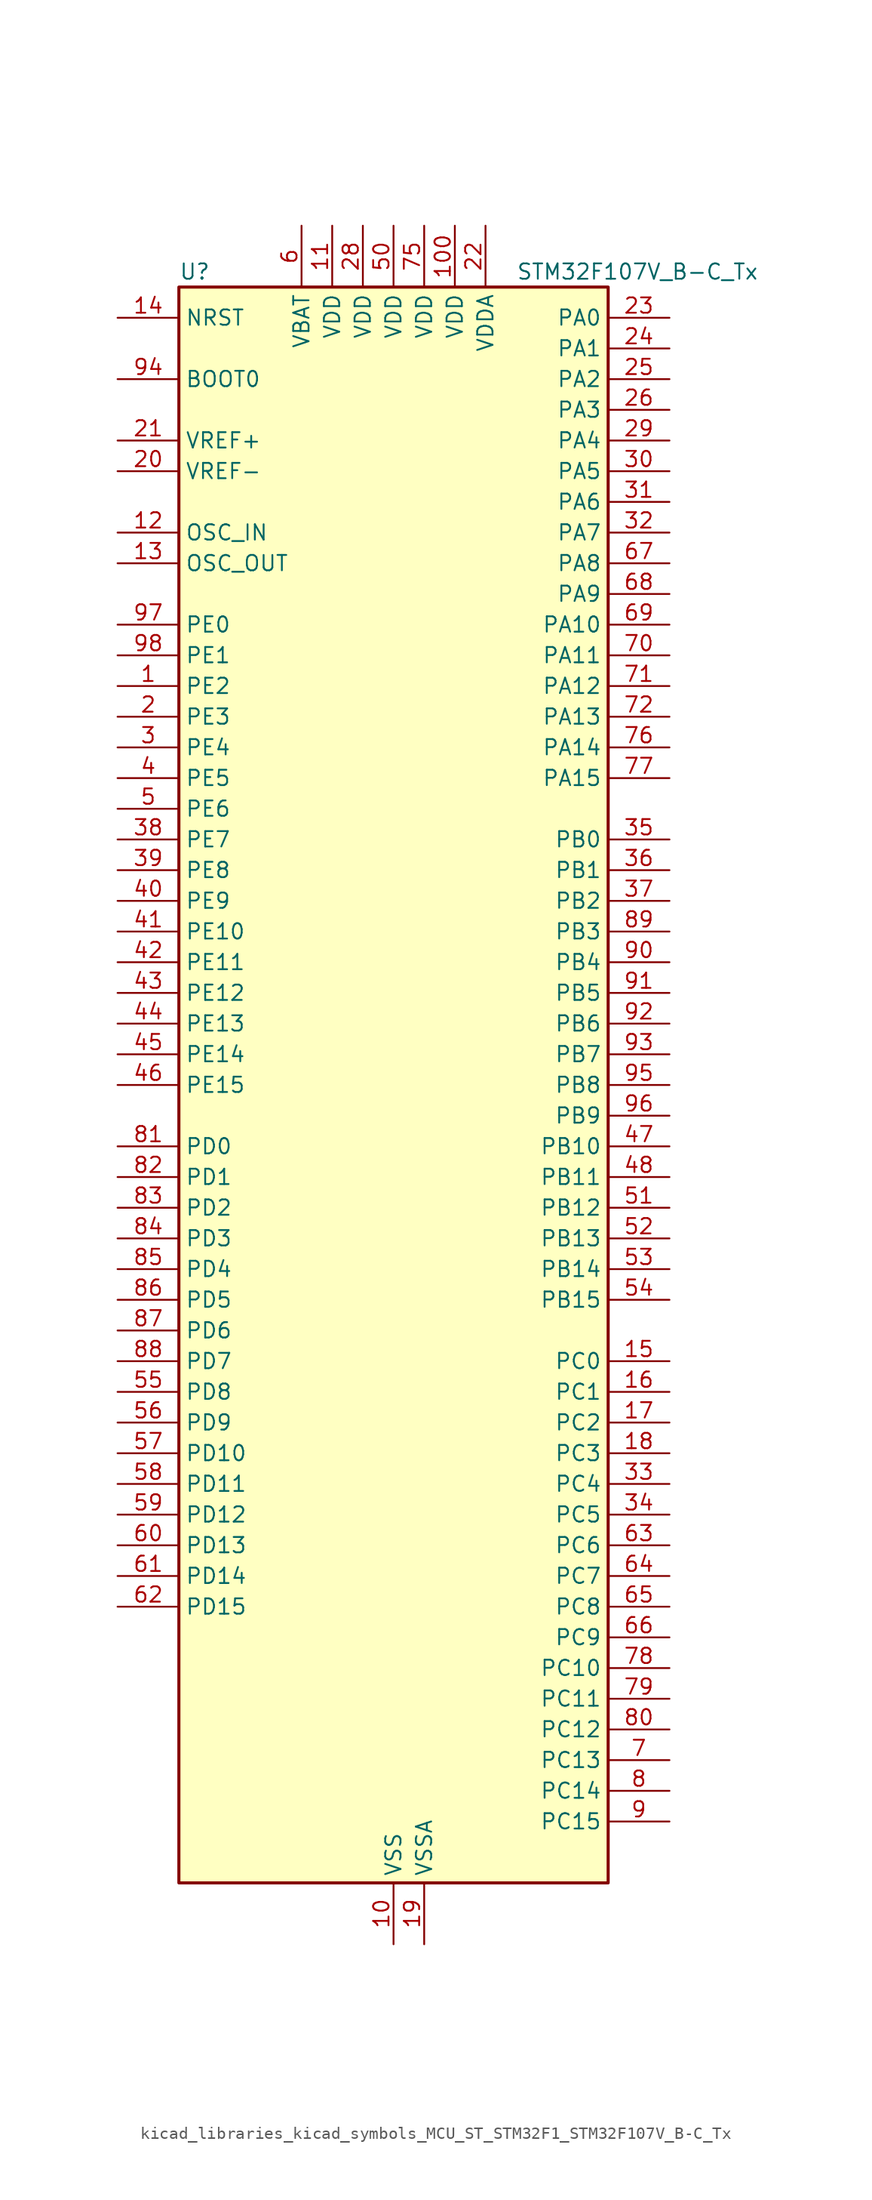
<source format=kicad_sym>
(kicad_symbol_lib
  (version 20220914)
  (generator kicad_symbol_editor)
  (symbol "kicad_libraries_kicad_symbols_MCU_ST_STM32F1_STM32F107V_B-C_Tx"
    (property "Reference" "U"
      (at -17.78 67.31 0)
      (effects (font (size 1.27 1.27)) (justify left)))
    (property "Value" "STM32F107V_B-C_Tx"
      (at 10.16 67.31 0)
      (effects (font (size 1.27 1.27)) (justify left)))
    (property "ki_locked" ""
      (at 0 0 0)
      (effects (font (size 1.27 1.27))))
    (symbol "kicad_libraries_kicad_symbols_MCU_ST_STM32F1_STM32F107V_B-C_Tx_0_1"
      (rectangle (start -17.78 -66.04) (end 17.78 66.04) (stroke (width 0.254) (type default)) (fill (type background))))
    (symbol "kicad_libraries_kicad_symbols_MCU_ST_STM32F1_STM32F107V_B-C_Tx_1_1"
      (pin bidirectional line (at -22.86 33.02 0) (length 5.08) (name "PE2" (effects (font (size 1.27 1.27)))) (number "1" (effects (font (size 1.27 1.27)))) (alternate "SYS_TRACECLK" bidirectional line))
      (pin power_in line (at 0 -71.12 90) (length 5.08) (name "VSS" (effects (font (size 1.27 1.27)))) (number "10" (effects (font (size 1.27 1.27)))))
      (pin power_in line (at 5.08 71.12 270) (length 5.08) (name "VDD" (effects (font (size 1.27 1.27)))) (number "100" (effects (font (size 1.27 1.27)))))
      (pin power_in line (at -5.08 71.12 270) (length 5.08) (name "VDD" (effects (font (size 1.27 1.27)))) (number "11" (effects (font (size 1.27 1.27)))))
      (pin input line (at -22.86 45.72 0) (length 5.08) (name "OSC_IN" (effects (font (size 1.27 1.27)))) (number "12" (effects (font (size 1.27 1.27)))) (alternate "RCC_OSC_IN" bidirectional line))
      (pin input line (at -22.86 43.18 0) (length 5.08) (name "OSC_OUT" (effects (font (size 1.27 1.27)))) (number "13" (effects (font (size 1.27 1.27)))) (alternate "RCC_OSC_OUT" bidirectional line))
      (pin input line (at -22.86 63.5 0) (length 5.08) (name "NRST" (effects (font (size 1.27 1.27)))) (number "14" (effects (font (size 1.27 1.27)))))
      (pin bidirectional line (at 22.86 -22.86 180) (length 5.08) (name "PC0" (effects (font (size 1.27 1.27)))) (number "15" (effects (font (size 1.27 1.27)))) (alternate "ADC1_IN10" bidirectional line) (alternate "ADC2_IN10" bidirectional line))
      (pin bidirectional line (at 22.86 -25.4 180) (length 5.08) (name "PC1" (effects (font (size 1.27 1.27)))) (number "16" (effects (font (size 1.27 1.27)))) (alternate "ADC1_IN11" bidirectional line) (alternate "ADC2_IN11" bidirectional line) (alternate "ETH_MDC" bidirectional line))
      (pin bidirectional line (at 22.86 -27.94 180) (length 5.08) (name "PC2" (effects (font (size 1.27 1.27)))) (number "17" (effects (font (size 1.27 1.27)))) (alternate "ADC1_IN12" bidirectional line) (alternate "ADC2_IN12" bidirectional line) (alternate "ETH_TXD2" bidirectional line))
      (pin bidirectional line (at 22.86 -30.48 180) (length 5.08) (name "PC3" (effects (font (size 1.27 1.27)))) (number "18" (effects (font (size 1.27 1.27)))) (alternate "ADC1_IN13" bidirectional line) (alternate "ADC2_IN13" bidirectional line) (alternate "ETH_TX_CLK" bidirectional line))
      (pin power_in line (at 2.54 -71.12 90) (length 5.08) (name "VSSA" (effects (font (size 1.27 1.27)))) (number "19" (effects (font (size 1.27 1.27)))))
      (pin bidirectional line (at -22.86 30.48 0) (length 5.08) (name "PE3" (effects (font (size 1.27 1.27)))) (number "2" (effects (font (size 1.27 1.27)))) (alternate "SYS_TRACED0" bidirectional line))
      (pin input line (at -22.86 50.8 0) (length 5.08) (name "VREF-" (effects (font (size 1.27 1.27)))) (number "20" (effects (font (size 1.27 1.27)))))
      (pin input line (at -22.86 53.34 0) (length 5.08) (name "VREF+" (effects (font (size 1.27 1.27)))) (number "21" (effects (font (size 1.27 1.27)))))
      (pin power_in line (at 7.62 71.12 270) (length 5.08) (name "VDDA" (effects (font (size 1.27 1.27)))) (number "22" (effects (font (size 1.27 1.27)))))
      (pin bidirectional line (at 22.86 63.5 180) (length 5.08) (name "PA0" (effects (font (size 1.27 1.27)))) (number "23" (effects (font (size 1.27 1.27)))) (alternate "ADC1_IN0" bidirectional line) (alternate "ADC2_IN0" bidirectional line) (alternate "ETH_CRS" bidirectional line) (alternate "SYS_WKUP" bidirectional line) (alternate "TIM2_CH1" bidirectional line) (alternate "TIM2_ETR" bidirectional line) (alternate "TIM5_CH1" bidirectional line) (alternate "USART2_CTS" bidirectional line))
      (pin bidirectional line (at 22.86 60.96 180) (length 5.08) (name "PA1" (effects (font (size 1.27 1.27)))) (number "24" (effects (font (size 1.27 1.27)))) (alternate "ADC1_IN1" bidirectional line) (alternate "ADC2_IN1" bidirectional line) (alternate "ETH_REF_CLK" bidirectional line) (alternate "ETH_RX_CLK" bidirectional line) (alternate "TIM2_CH2" bidirectional line) (alternate "TIM5_CH2" bidirectional line) (alternate "USART2_RTS" bidirectional line))
      (pin bidirectional line (at 22.86 58.42 180) (length 5.08) (name "PA2" (effects (font (size 1.27 1.27)))) (number "25" (effects (font (size 1.27 1.27)))) (alternate "ADC1_IN2" bidirectional line) (alternate "ADC2_IN2" bidirectional line) (alternate "ETH_MDIO" bidirectional line) (alternate "TIM2_CH3" bidirectional line) (alternate "TIM5_CH3" bidirectional line) (alternate "USART2_TX" bidirectional line))
      (pin bidirectional line (at 22.86 55.88 180) (length 5.08) (name "PA3" (effects (font (size 1.27 1.27)))) (number "26" (effects (font (size 1.27 1.27)))) (alternate "ADC1_IN3" bidirectional line) (alternate "ADC2_IN3" bidirectional line) (alternate "ETH_COL" bidirectional line) (alternate "TIM2_CH4" bidirectional line) (alternate "TIM5_CH4" bidirectional line) (alternate "USART2_RX" bidirectional line))
      (pin passive line (at 0 -71.12 90) (length 5.08) hide (name "VSS" (effects (font (size 1.27 1.27)))) (number "27" (effects (font (size 1.27 1.27)))))
      (pin power_in line (at -2.54 71.12 270) (length 5.08) (name "VDD" (effects (font (size 1.27 1.27)))) (number "28" (effects (font (size 1.27 1.27)))))
      (pin bidirectional line (at 22.86 53.34 180) (length 5.08) (name "PA4" (effects (font (size 1.27 1.27)))) (number "29" (effects (font (size 1.27 1.27)))) (alternate "ADC1_IN4" bidirectional line) (alternate "ADC2_IN4" bidirectional line) (alternate "DAC_OUT1" bidirectional line) (alternate "I2S3_WS" bidirectional line) (alternate "SPI1_NSS" bidirectional line) (alternate "SPI3_NSS" bidirectional line) (alternate "USART2_CK" bidirectional line))
      (pin bidirectional line (at -22.86 27.94 0) (length 5.08) (name "PE4" (effects (font (size 1.27 1.27)))) (number "3" (effects (font (size 1.27 1.27)))) (alternate "SYS_TRACED1" bidirectional line))
      (pin bidirectional line (at 22.86 50.8 180) (length 5.08) (name "PA5" (effects (font (size 1.27 1.27)))) (number "30" (effects (font (size 1.27 1.27)))) (alternate "ADC1_IN5" bidirectional line) (alternate "ADC2_IN5" bidirectional line) (alternate "DAC_OUT2" bidirectional line) (alternate "SPI1_SCK" bidirectional line))
      (pin bidirectional line (at 22.86 48.26 180) (length 5.08) (name "PA6" (effects (font (size 1.27 1.27)))) (number "31" (effects (font (size 1.27 1.27)))) (alternate "ADC1_IN6" bidirectional line) (alternate "ADC2_IN6" bidirectional line) (alternate "SPI1_MISO" bidirectional line) (alternate "TIM1_BKIN" bidirectional line) (alternate "TIM3_CH1" bidirectional line))
      (pin bidirectional line (at 22.86 45.72 180) (length 5.08) (name "PA7" (effects (font (size 1.27 1.27)))) (number "32" (effects (font (size 1.27 1.27)))) (alternate "ADC1_IN7" bidirectional line) (alternate "ADC2_IN7" bidirectional line) (alternate "ETH_CRS_DV" bidirectional line) (alternate "ETH_RX_DV" bidirectional line) (alternate "SPI1_MOSI" bidirectional line) (alternate "TIM1_CH1N" bidirectional line) (alternate "TIM3_CH2" bidirectional line))
      (pin bidirectional line (at 22.86 -33.02 180) (length 5.08) (name "PC4" (effects (font (size 1.27 1.27)))) (number "33" (effects (font (size 1.27 1.27)))) (alternate "ADC1_IN14" bidirectional line) (alternate "ADC2_IN14" bidirectional line) (alternate "ETH_RXD0" bidirectional line))
      (pin bidirectional line (at 22.86 -35.56 180) (length 5.08) (name "PC5" (effects (font (size 1.27 1.27)))) (number "34" (effects (font (size 1.27 1.27)))) (alternate "ADC1_IN15" bidirectional line) (alternate "ADC2_IN15" bidirectional line) (alternate "ETH_RXD1" bidirectional line))
      (pin bidirectional line (at 22.86 20.32 180) (length 5.08) (name "PB0" (effects (font (size 1.27 1.27)))) (number "35" (effects (font (size 1.27 1.27)))) (alternate "ADC1_IN8" bidirectional line) (alternate "ADC2_IN8" bidirectional line) (alternate "ETH_RXD2" bidirectional line) (alternate "TIM1_CH2N" bidirectional line) (alternate "TIM3_CH3" bidirectional line))
      (pin bidirectional line (at 22.86 17.78 180) (length 5.08) (name "PB1" (effects (font (size 1.27 1.27)))) (number "36" (effects (font (size 1.27 1.27)))) (alternate "ADC1_IN9" bidirectional line) (alternate "ADC2_IN9" bidirectional line) (alternate "ETH_RXD3" bidirectional line) (alternate "TIM1_CH3N" bidirectional line) (alternate "TIM3_CH4" bidirectional line))
      (pin bidirectional line (at 22.86 15.24 180) (length 5.08) (name "PB2" (effects (font (size 1.27 1.27)))) (number "37" (effects (font (size 1.27 1.27)))))
      (pin bidirectional line (at -22.86 20.32 0) (length 5.08) (name "PE7" (effects (font (size 1.27 1.27)))) (number "38" (effects (font (size 1.27 1.27)))) (alternate "TIM1_ETR" bidirectional line))
      (pin bidirectional line (at -22.86 17.78 0) (length 5.08) (name "PE8" (effects (font (size 1.27 1.27)))) (number "39" (effects (font (size 1.27 1.27)))) (alternate "TIM1_CH1N" bidirectional line))
      (pin bidirectional line (at -22.86 25.4 0) (length 5.08) (name "PE5" (effects (font (size 1.27 1.27)))) (number "4" (effects (font (size 1.27 1.27)))) (alternate "SYS_TRACED2" bidirectional line))
      (pin bidirectional line (at -22.86 15.24 0) (length 5.08) (name "PE9" (effects (font (size 1.27 1.27)))) (number "40" (effects (font (size 1.27 1.27)))) (alternate "DAC_EXTI9" bidirectional line) (alternate "TIM1_CH1" bidirectional line))
      (pin bidirectional line (at -22.86 12.7 0) (length 5.08) (name "PE10" (effects (font (size 1.27 1.27)))) (number "41" (effects (font (size 1.27 1.27)))) (alternate "TIM1_CH2N" bidirectional line))
      (pin bidirectional line (at -22.86 10.16 0) (length 5.08) (name "PE11" (effects (font (size 1.27 1.27)))) (number "42" (effects (font (size 1.27 1.27)))) (alternate "ADC1_EXTI11" bidirectional line) (alternate "ADC2_EXTI11" bidirectional line) (alternate "TIM1_CH2" bidirectional line))
      (pin bidirectional line (at -22.86 7.62 0) (length 5.08) (name "PE12" (effects (font (size 1.27 1.27)))) (number "43" (effects (font (size 1.27 1.27)))) (alternate "TIM1_CH3N" bidirectional line))
      (pin bidirectional line (at -22.86 5.08 0) (length 5.08) (name "PE13" (effects (font (size 1.27 1.27)))) (number "44" (effects (font (size 1.27 1.27)))) (alternate "TIM1_CH3" bidirectional line))
      (pin bidirectional line (at -22.86 2.54 0) (length 5.08) (name "PE14" (effects (font (size 1.27 1.27)))) (number "45" (effects (font (size 1.27 1.27)))) (alternate "TIM1_CH4" bidirectional line))
      (pin bidirectional line (at -22.86 0 0) (length 5.08) (name "PE15" (effects (font (size 1.27 1.27)))) (number "46" (effects (font (size 1.27 1.27)))) (alternate "ADC1_EXTI15" bidirectional line) (alternate "ADC2_EXTI15" bidirectional line) (alternate "TIM1_BKIN" bidirectional line))
      (pin bidirectional line (at 22.86 -5.08 180) (length 5.08) (name "PB10" (effects (font (size 1.27 1.27)))) (number "47" (effects (font (size 1.27 1.27)))) (alternate "ETH_RX_ER" bidirectional line) (alternate "TIM2_CH3" bidirectional line) (alternate "USART3_TX" bidirectional line))
      (pin bidirectional line (at 22.86 -7.62 180) (length 5.08) (name "PB11" (effects (font (size 1.27 1.27)))) (number "48" (effects (font (size 1.27 1.27)))) (alternate "ADC1_EXTI11" bidirectional line) (alternate "ADC2_EXTI11" bidirectional line) (alternate "ETH_TX_EN" bidirectional line) (alternate "TIM2_CH4" bidirectional line) (alternate "USART3_RX" bidirectional line))
      (pin passive line (at 0 -71.12 90) (length 5.08) hide (name "VSS" (effects (font (size 1.27 1.27)))) (number "49" (effects (font (size 1.27 1.27)))))
      (pin bidirectional line (at -22.86 22.86 0) (length 5.08) (name "PE6" (effects (font (size 1.27 1.27)))) (number "5" (effects (font (size 1.27 1.27)))) (alternate "SYS_TRACED3" bidirectional line))
      (pin power_in line (at 0 71.12 270) (length 5.08) (name "VDD" (effects (font (size 1.27 1.27)))) (number "50" (effects (font (size 1.27 1.27)))))
      (pin bidirectional line (at 22.86 -10.16 180) (length 5.08) (name "PB12" (effects (font (size 1.27 1.27)))) (number "51" (effects (font (size 1.27 1.27)))) (alternate "CAN2_RX" bidirectional line) (alternate "ETH_TXD0" bidirectional line) (alternate "I2S2_WS" bidirectional line) (alternate "SPI2_NSS" bidirectional line) (alternate "TIM1_BKIN" bidirectional line) (alternate "USART3_CK" bidirectional line))
      (pin bidirectional line (at 22.86 -12.7 180) (length 5.08) (name "PB13" (effects (font (size 1.27 1.27)))) (number "52" (effects (font (size 1.27 1.27)))) (alternate "CAN2_TX" bidirectional line) (alternate "ETH_TXD1" bidirectional line) (alternate "I2S2_CK" bidirectional line) (alternate "SPI2_SCK" bidirectional line) (alternate "TIM1_CH1N" bidirectional line) (alternate "USART3_CTS" bidirectional line))
      (pin bidirectional line (at 22.86 -15.24 180) (length 5.08) (name "PB14" (effects (font (size 1.27 1.27)))) (number "53" (effects (font (size 1.27 1.27)))) (alternate "SPI2_MISO" bidirectional line) (alternate "TIM1_CH2N" bidirectional line) (alternate "USART3_RTS" bidirectional line))
      (pin bidirectional line (at 22.86 -17.78 180) (length 5.08) (name "PB15" (effects (font (size 1.27 1.27)))) (number "54" (effects (font (size 1.27 1.27)))) (alternate "ADC1_EXTI15" bidirectional line) (alternate "ADC2_EXTI15" bidirectional line) (alternate "I2S2_SD" bidirectional line) (alternate "SPI2_MOSI" bidirectional line) (alternate "TIM1_CH3N" bidirectional line))
      (pin bidirectional line (at -22.86 -25.4 0) (length 5.08) (name "PD8" (effects (font (size 1.27 1.27)))) (number "55" (effects (font (size 1.27 1.27)))) (alternate "ETH_CRS_DV" bidirectional line) (alternate "ETH_RX_DV" bidirectional line) (alternate "USART3_TX" bidirectional line))
      (pin bidirectional line (at -22.86 -27.94 0) (length 5.08) (name "PD9" (effects (font (size 1.27 1.27)))) (number "56" (effects (font (size 1.27 1.27)))) (alternate "DAC_EXTI9" bidirectional line) (alternate "ETH_RXD0" bidirectional line) (alternate "USART3_RX" bidirectional line))
      (pin bidirectional line (at -22.86 -30.48 0) (length 5.08) (name "PD10" (effects (font (size 1.27 1.27)))) (number "57" (effects (font (size 1.27 1.27)))) (alternate "ETH_RXD1" bidirectional line) (alternate "USART3_CK" bidirectional line))
      (pin bidirectional line (at -22.86 -33.02 0) (length 5.08) (name "PD11" (effects (font (size 1.27 1.27)))) (number "58" (effects (font (size 1.27 1.27)))) (alternate "ADC1_EXTI11" bidirectional line) (alternate "ADC2_EXTI11" bidirectional line) (alternate "ETH_RXD2" bidirectional line) (alternate "USART3_CTS" bidirectional line))
      (pin bidirectional line (at -22.86 -35.56 0) (length 5.08) (name "PD12" (effects (font (size 1.27 1.27)))) (number "59" (effects (font (size 1.27 1.27)))) (alternate "ETH_RXD3" bidirectional line) (alternate "TIM4_CH1" bidirectional line) (alternate "USART3_RTS" bidirectional line))
      (pin power_in line (at -7.62 71.12 270) (length 5.08) (name "VBAT" (effects (font (size 1.27 1.27)))) (number "6" (effects (font (size 1.27 1.27)))))
      (pin bidirectional line (at -22.86 -38.1 0) (length 5.08) (name "PD13" (effects (font (size 1.27 1.27)))) (number "60" (effects (font (size 1.27 1.27)))) (alternate "TIM4_CH2" bidirectional line))
      (pin bidirectional line (at -22.86 -40.64 0) (length 5.08) (name "PD14" (effects (font (size 1.27 1.27)))) (number "61" (effects (font (size 1.27 1.27)))) (alternate "TIM4_CH3" bidirectional line))
      (pin bidirectional line (at -22.86 -43.18 0) (length 5.08) (name "PD15" (effects (font (size 1.27 1.27)))) (number "62" (effects (font (size 1.27 1.27)))) (alternate "ADC1_EXTI15" bidirectional line) (alternate "ADC2_EXTI15" bidirectional line) (alternate "TIM4_CH4" bidirectional line))
      (pin bidirectional line (at 22.86 -38.1 180) (length 5.08) (name "PC6" (effects (font (size 1.27 1.27)))) (number "63" (effects (font (size 1.27 1.27)))) (alternate "I2S2_MCK" bidirectional line) (alternate "TIM3_CH1" bidirectional line))
      (pin bidirectional line (at 22.86 -40.64 180) (length 5.08) (name "PC7" (effects (font (size 1.27 1.27)))) (number "64" (effects (font (size 1.27 1.27)))) (alternate "I2S3_MCK" bidirectional line) (alternate "TIM3_CH2" bidirectional line))
      (pin bidirectional line (at 22.86 -43.18 180) (length 5.08) (name "PC8" (effects (font (size 1.27 1.27)))) (number "65" (effects (font (size 1.27 1.27)))) (alternate "TIM3_CH3" bidirectional line))
      (pin bidirectional line (at 22.86 -45.72 180) (length 5.08) (name "PC9" (effects (font (size 1.27 1.27)))) (number "66" (effects (font (size 1.27 1.27)))) (alternate "DAC_EXTI9" bidirectional line) (alternate "TIM3_CH4" bidirectional line))
      (pin bidirectional line (at 22.86 43.18 180) (length 5.08) (name "PA8" (effects (font (size 1.27 1.27)))) (number "67" (effects (font (size 1.27 1.27)))) (alternate "RCC_MCO" bidirectional line) (alternate "TIM1_CH1" bidirectional line) (alternate "USART1_CK" bidirectional line) (alternate "USB_OTG_FS_SOF" bidirectional line))
      (pin bidirectional line (at 22.86 40.64 180) (length 5.08) (name "PA9" (effects (font (size 1.27 1.27)))) (number "68" (effects (font (size 1.27 1.27)))) (alternate "DAC_EXTI9" bidirectional line) (alternate "TIM1_CH2" bidirectional line) (alternate "USART1_TX" bidirectional line) (alternate "USB_OTG_FS_VBUS" bidirectional line))
      (pin bidirectional line (at 22.86 38.1 180) (length 5.08) (name "PA10" (effects (font (size 1.27 1.27)))) (number "69" (effects (font (size 1.27 1.27)))) (alternate "TIM1_CH3" bidirectional line) (alternate "USART1_RX" bidirectional line) (alternate "USB_OTG_FS_ID" bidirectional line))
      (pin bidirectional line (at 22.86 -55.88 180) (length 5.08) (name "PC13" (effects (font (size 1.27 1.27)))) (number "7" (effects (font (size 1.27 1.27)))) (alternate "RTC_OUT" bidirectional line) (alternate "RTC_TAMPER" bidirectional line))
      (pin bidirectional line (at 22.86 35.56 180) (length 5.08) (name "PA11" (effects (font (size 1.27 1.27)))) (number "70" (effects (font (size 1.27 1.27)))) (alternate "ADC1_EXTI11" bidirectional line) (alternate "ADC2_EXTI11" bidirectional line) (alternate "CAN1_RX" bidirectional line) (alternate "TIM1_CH4" bidirectional line) (alternate "USART1_CTS" bidirectional line) (alternate "USB_OTG_FS_DM" bidirectional line))
      (pin bidirectional line (at 22.86 33.02 180) (length 5.08) (name "PA12" (effects (font (size 1.27 1.27)))) (number "71" (effects (font (size 1.27 1.27)))) (alternate "CAN1_TX" bidirectional line) (alternate "TIM1_ETR" bidirectional line) (alternate "USART1_RTS" bidirectional line) (alternate "USB_OTG_FS_DP" bidirectional line))
      (pin bidirectional line (at 22.86 30.48 180) (length 5.08) (name "PA13" (effects (font (size 1.27 1.27)))) (number "72" (effects (font (size 1.27 1.27)))) (alternate "SYS_JTMS-SWDIO" bidirectional line))
      (pin no_connect line (at -17.78 -66.04 0) (length 5.08) hide (name "NC" (effects (font (size 1.27 1.27)))) (number "73" (effects (font (size 1.27 1.27)))))
      (pin passive line (at 0 -71.12 90) (length 5.08) hide (name "VSS" (effects (font (size 1.27 1.27)))) (number "74" (effects (font (size 1.27 1.27)))))
      (pin power_in line (at 2.54 71.12 270) (length 5.08) (name "VDD" (effects (font (size 1.27 1.27)))) (number "75" (effects (font (size 1.27 1.27)))))
      (pin bidirectional line (at 22.86 27.94 180) (length 5.08) (name "PA14" (effects (font (size 1.27 1.27)))) (number "76" (effects (font (size 1.27 1.27)))) (alternate "SYS_JTCK-SWCLK" bidirectional line))
      (pin bidirectional line (at 22.86 25.4 180) (length 5.08) (name "PA15" (effects (font (size 1.27 1.27)))) (number "77" (effects (font (size 1.27 1.27)))) (alternate "ADC1_EXTI15" bidirectional line) (alternate "ADC2_EXTI15" bidirectional line) (alternate "I2S3_WS" bidirectional line) (alternate "SPI1_NSS" bidirectional line) (alternate "SPI3_NSS" bidirectional line) (alternate "SYS_JTDI" bidirectional line) (alternate "TIM2_CH1" bidirectional line) (alternate "TIM2_ETR" bidirectional line))
      (pin bidirectional line (at 22.86 -48.26 180) (length 5.08) (name "PC10" (effects (font (size 1.27 1.27)))) (number "78" (effects (font (size 1.27 1.27)))) (alternate "I2S3_CK" bidirectional line) (alternate "SPI3_SCK" bidirectional line) (alternate "UART4_TX" bidirectional line) (alternate "USART3_TX" bidirectional line))
      (pin bidirectional line (at 22.86 -50.8 180) (length 5.08) (name "PC11" (effects (font (size 1.27 1.27)))) (number "79" (effects (font (size 1.27 1.27)))) (alternate "ADC1_EXTI11" bidirectional line) (alternate "ADC2_EXTI11" bidirectional line) (alternate "SPI3_MISO" bidirectional line) (alternate "UART4_RX" bidirectional line) (alternate "USART3_RX" bidirectional line))
      (pin bidirectional line (at 22.86 -58.42 180) (length 5.08) (name "PC14" (effects (font (size 1.27 1.27)))) (number "8" (effects (font (size 1.27 1.27)))) (alternate "RCC_OSC32_IN" bidirectional line))
      (pin bidirectional line (at 22.86 -53.34 180) (length 5.08) (name "PC12" (effects (font (size 1.27 1.27)))) (number "80" (effects (font (size 1.27 1.27)))) (alternate "I2S3_SD" bidirectional line) (alternate "SPI3_MOSI" bidirectional line) (alternate "UART5_TX" bidirectional line) (alternate "USART3_CK" bidirectional line))
      (pin bidirectional line (at -22.86 -5.08 0) (length 5.08) (name "PD0" (effects (font (size 1.27 1.27)))) (number "81" (effects (font (size 1.27 1.27)))) (alternate "CAN1_RX" bidirectional line))
      (pin bidirectional line (at -22.86 -7.62 0) (length 5.08) (name "PD1" (effects (font (size 1.27 1.27)))) (number "82" (effects (font (size 1.27 1.27)))) (alternate "CAN1_TX" bidirectional line))
      (pin bidirectional line (at -22.86 -10.16 0) (length 5.08) (name "PD2" (effects (font (size 1.27 1.27)))) (number "83" (effects (font (size 1.27 1.27)))) (alternate "TIM3_ETR" bidirectional line) (alternate "UART5_RX" bidirectional line))
      (pin bidirectional line (at -22.86 -12.7 0) (length 5.08) (name "PD3" (effects (font (size 1.27 1.27)))) (number "84" (effects (font (size 1.27 1.27)))) (alternate "USART2_CTS" bidirectional line))
      (pin bidirectional line (at -22.86 -15.24 0) (length 5.08) (name "PD4" (effects (font (size 1.27 1.27)))) (number "85" (effects (font (size 1.27 1.27)))) (alternate "USART2_RTS" bidirectional line))
      (pin bidirectional line (at -22.86 -17.78 0) (length 5.08) (name "PD5" (effects (font (size 1.27 1.27)))) (number "86" (effects (font (size 1.27 1.27)))) (alternate "USART2_TX" bidirectional line))
      (pin bidirectional line (at -22.86 -20.32 0) (length 5.08) (name "PD6" (effects (font (size 1.27 1.27)))) (number "87" (effects (font (size 1.27 1.27)))) (alternate "USART2_RX" bidirectional line))
      (pin bidirectional line (at -22.86 -22.86 0) (length 5.08) (name "PD7" (effects (font (size 1.27 1.27)))) (number "88" (effects (font (size 1.27 1.27)))) (alternate "USART2_CK" bidirectional line))
      (pin bidirectional line (at 22.86 12.7 180) (length 5.08) (name "PB3" (effects (font (size 1.27 1.27)))) (number "89" (effects (font (size 1.27 1.27)))) (alternate "I2S3_CK" bidirectional line) (alternate "SPI1_SCK" bidirectional line) (alternate "SPI3_SCK" bidirectional line) (alternate "SYS_JTDO" bidirectional line) (alternate "SYS_TRACESWO" bidirectional line) (alternate "TIM2_CH2" bidirectional line))
      (pin bidirectional line (at 22.86 -60.96 180) (length 5.08) (name "PC15" (effects (font (size 1.27 1.27)))) (number "9" (effects (font (size 1.27 1.27)))) (alternate "ADC1_EXTI15" bidirectional line) (alternate "ADC2_EXTI15" bidirectional line) (alternate "RCC_OSC32_OUT" bidirectional line))
      (pin bidirectional line (at 22.86 10.16 180) (length 5.08) (name "PB4" (effects (font (size 1.27 1.27)))) (number "90" (effects (font (size 1.27 1.27)))) (alternate "SPI1_MISO" bidirectional line) (alternate "SPI3_MISO" bidirectional line) (alternate "SYS_NJTRST" bidirectional line) (alternate "TIM3_CH1" bidirectional line))
      (pin bidirectional line (at 22.86 7.62 180) (length 5.08) (name "PB5" (effects (font (size 1.27 1.27)))) (number "91" (effects (font (size 1.27 1.27)))) (alternate "CAN2_RX" bidirectional line) (alternate "ETH_PPS_OUT" bidirectional line) (alternate "I2C1_SMBA" bidirectional line) (alternate "I2S3_SD" bidirectional line) (alternate "SPI1_MOSI" bidirectional line) (alternate "SPI3_MOSI" bidirectional line) (alternate "TIM3_CH2" bidirectional line))
      (pin bidirectional line (at 22.86 5.08 180) (length 5.08) (name "PB6" (effects (font (size 1.27 1.27)))) (number "92" (effects (font (size 1.27 1.27)))) (alternate "CAN2_TX" bidirectional line) (alternate "I2C1_SCL" bidirectional line) (alternate "TIM4_CH1" bidirectional line) (alternate "USART1_TX" bidirectional line))
      (pin bidirectional line (at 22.86 2.54 180) (length 5.08) (name "PB7" (effects (font (size 1.27 1.27)))) (number "93" (effects (font (size 1.27 1.27)))) (alternate "I2C1_SDA" bidirectional line) (alternate "TIM4_CH2" bidirectional line) (alternate "USART1_RX" bidirectional line))
      (pin input line (at -22.86 58.42 0) (length 5.08) (name "BOOT0" (effects (font (size 1.27 1.27)))) (number "94" (effects (font (size 1.27 1.27)))))
      (pin bidirectional line (at 22.86 0 180) (length 5.08) (name "PB8" (effects (font (size 1.27 1.27)))) (number "95" (effects (font (size 1.27 1.27)))) (alternate "CAN1_RX" bidirectional line) (alternate "ETH_TXD3" bidirectional line) (alternate "I2C1_SCL" bidirectional line) (alternate "TIM4_CH3" bidirectional line))
      (pin bidirectional line (at 22.86 -2.54 180) (length 5.08) (name "PB9" (effects (font (size 1.27 1.27)))) (number "96" (effects (font (size 1.27 1.27)))) (alternate "CAN1_TX" bidirectional line) (alternate "DAC_EXTI9" bidirectional line) (alternate "I2C1_SDA" bidirectional line) (alternate "TIM4_CH4" bidirectional line))
      (pin bidirectional line (at -22.86 38.1 0) (length 5.08) (name "PE0" (effects (font (size 1.27 1.27)))) (number "97" (effects (font (size 1.27 1.27)))) (alternate "TIM4_ETR" bidirectional line))
      (pin bidirectional line (at -22.86 35.56 0) (length 5.08) (name "PE1" (effects (font (size 1.27 1.27)))) (number "98" (effects (font (size 1.27 1.27)))))
      (pin passive line (at 0 -71.12 90) (length 5.08) hide (name "VSS" (effects (font (size 1.27 1.27)))) (number "99" (effects (font (size 1.27 1.27))))))))
</source>
